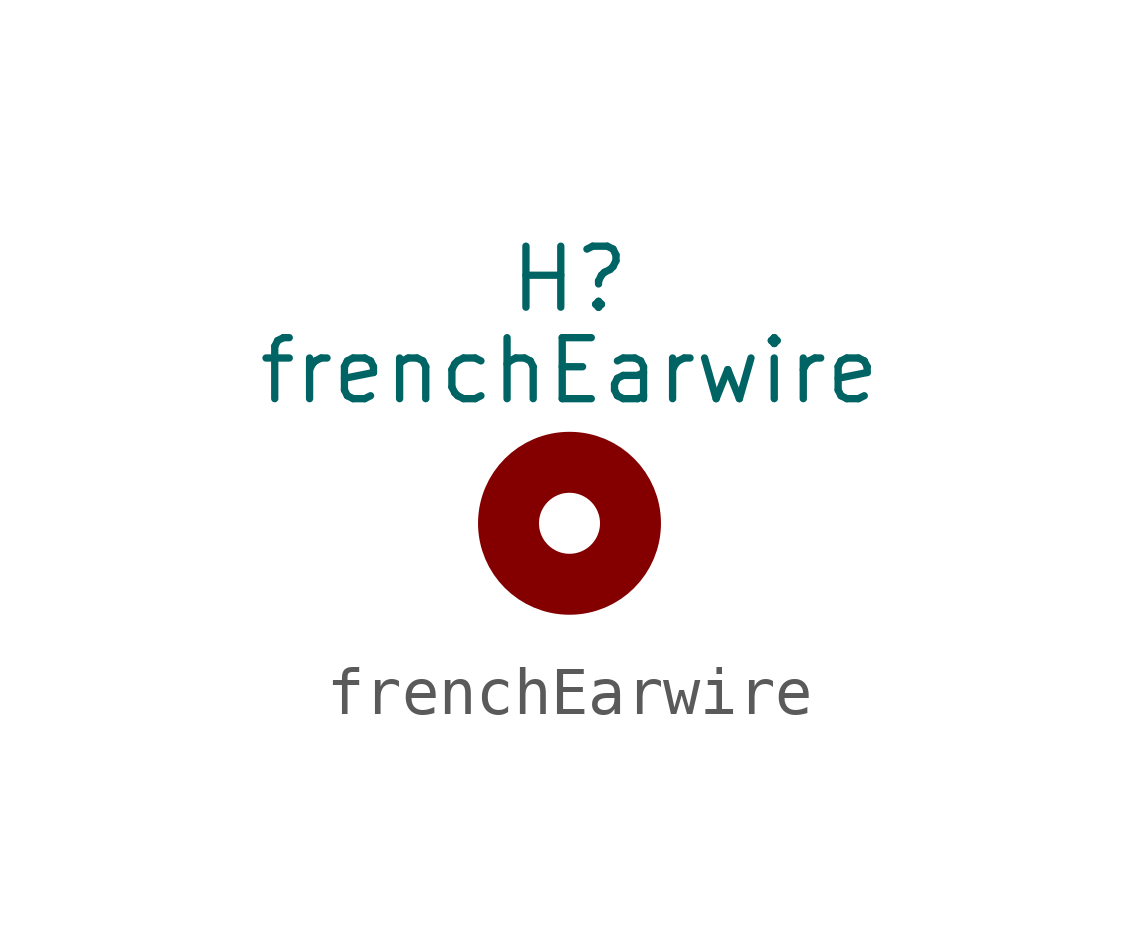
<source format=kicad_sym>
(kicad_symbol_lib
  (version 20201005)
  (generator kicad_symbol_editor)
  (symbol "frenchEarwire:frenchEarwire"
    (pin_names
      (offset 1.016))
    (property "Reference" "H"
      (at 0 5.08 0)
      (effects (font (size 1.27 1.27))))
    (property "Value" "frenchEarwire"
      (at 0 3.175 0)
      (effects (font (size 1.27 1.27))))
    (symbol "frenchEarwire_0_1"
      (circle (center 0 0) (radius 1.27) (stroke (width 1.27)) (fill (type none))))))
</source>
